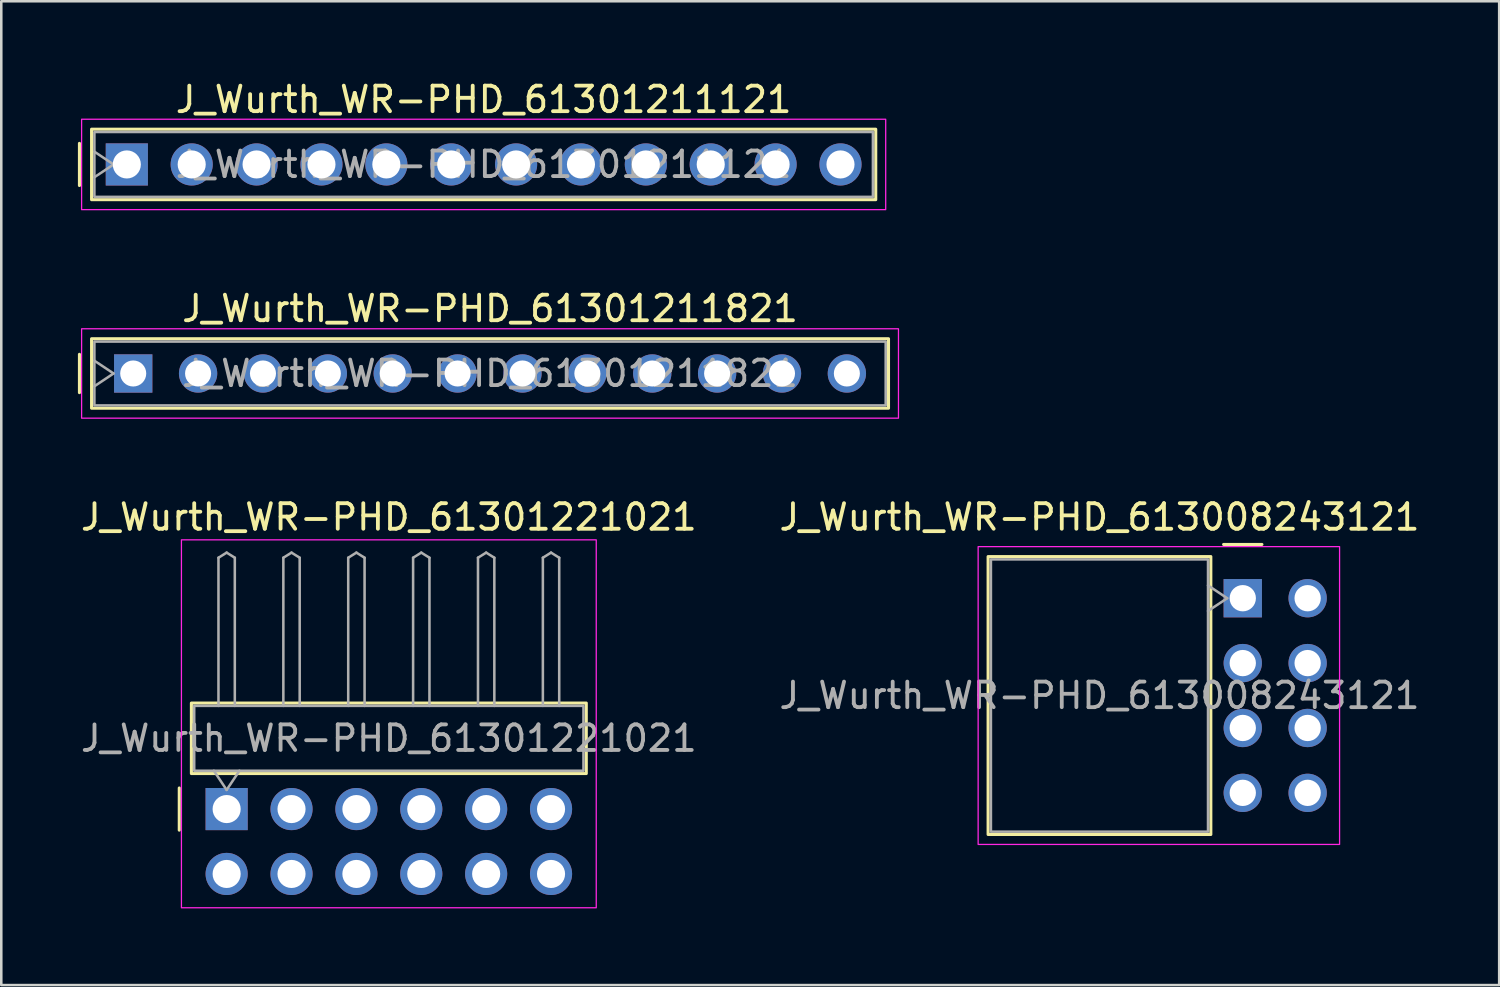
<source format=kicad_pcb>
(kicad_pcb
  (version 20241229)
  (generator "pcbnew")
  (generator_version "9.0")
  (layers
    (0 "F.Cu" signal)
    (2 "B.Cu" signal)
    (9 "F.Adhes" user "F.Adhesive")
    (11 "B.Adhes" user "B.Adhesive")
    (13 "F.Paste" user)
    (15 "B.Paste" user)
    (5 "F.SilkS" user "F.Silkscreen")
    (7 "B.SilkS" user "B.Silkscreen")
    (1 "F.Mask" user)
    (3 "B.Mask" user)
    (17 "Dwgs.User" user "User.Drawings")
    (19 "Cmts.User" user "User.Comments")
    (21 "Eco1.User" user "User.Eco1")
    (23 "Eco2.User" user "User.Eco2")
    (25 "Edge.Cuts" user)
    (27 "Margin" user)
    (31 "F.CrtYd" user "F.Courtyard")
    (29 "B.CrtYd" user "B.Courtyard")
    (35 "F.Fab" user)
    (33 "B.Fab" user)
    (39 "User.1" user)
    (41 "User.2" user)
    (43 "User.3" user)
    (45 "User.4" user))
  (footprint "J_Wurth_WR-PHD_61301211121"
    (layer "F.Cu")
    (at 1.915 3.388)
    (property "Reference" "J_Wurth_WR-PHD_61301211121" (at 13.97 -2.54 0) (unlocked yes) (layer "F.SilkS") (effects (font (size 1 1) (thickness 0.15))))
    (attr through_hole)
    (fp_line (start -1.855 -0.825) (end -1.855 0.825) (stroke (width 0.12) (type solid)) (layer "F.SilkS"))
    (fp_rect (start -1.38 -1.38) (end 29.32 1.38) (stroke (width 0.12) (type solid)) (fill no) (layer "F.SilkS"))
    (fp_rect (start -1.77 -1.77) (end 29.71 1.77) (stroke (width 0.05) (type solid)) (fill no) (layer "F.CrtYd"))
    (fp_line (start -1.27 -0.5) (end -0.52 0) (stroke (width 0.1) (type solid)) (layer "F.Fab"))
    (fp_line (start -0.52 0) (end -1.27 0.5) (stroke (width 0.1) (type solid)) (layer "F.Fab"))
    (fp_rect (start -1.27 -1.27) (end 29.21 1.27) (stroke (width 0.1) (type solid)) (fill no) (layer "F.Fab"))
    (fp_text user "${REFERENCE}" (at 13.97 0 0) (unlocked yes) (layer "F.Fab") (effects (font (size 1 1) (thickness 0.15))))
    (pad "1" thru_hole rect (at 0 0) (size 1.65 1.65) (drill 1.1) (layers "*.Cu" "*.Mask"))
    (pad "2" thru_hole circle (at 2.54 0) (size 1.65 1.65) (drill 1.1) (layers "*.Cu" "*.Mask"))
    (pad "3" thru_hole circle (at 5.08 0) (size 1.65 1.65) (drill 1.1) (layers "*.Cu" "*.Mask"))
    (pad "4" thru_hole circle (at 7.62 0) (size 1.65 1.65) (drill 1.1) (layers "*.Cu" "*.Mask"))
    (pad "5" thru_hole circle (at 10.16 0) (size 1.65 1.65) (drill 1.1) (layers "*.Cu" "*.Mask"))
    (pad "6" thru_hole circle (at 12.7 0) (size 1.65 1.65) (drill 1.1) (layers "*.Cu" "*.Mask"))
    (pad "7" thru_hole circle (at 15.24 0) (size 1.65 1.65) (drill 1.1) (layers "*.Cu" "*.Mask"))
    (pad "8" thru_hole circle (at 17.78 0) (size 1.65 1.65) (drill 1.1) (layers "*.Cu" "*.Mask"))
    (pad "9" thru_hole circle (at 20.32 0) (size 1.65 1.65) (drill 1.1) (layers "*.Cu" "*.Mask"))
    (pad "10" thru_hole circle (at 22.86 0) (size 1.65 1.65) (drill 1.1) (layers "*.Cu" "*.Mask"))
    (pad "11" thru_hole circle (at 25.4 0) (size 1.65 1.65) (drill 1.1) (layers "*.Cu" "*.Mask"))
    (pad "12" thru_hole circle (at 27.94 0) (size 1.65 1.65) (drill 1.1) (layers "*.Cu" "*.Mask")))
  (footprint "J_Wurth_WR-PHD_61301211821"
    (layer "F.Cu")
    (at 2.165 11.572)
    (property "Reference" "J_Wurth_WR-PHD_61301211821" (at 13.97 -2.54 0) (unlocked yes) (layer "F.SilkS") (effects (font (size 1 1) (thickness 0.15))))
    (attr through_hole)
    (fp_line (start -2.105 -0.75) (end -2.105 0.75) (stroke (width 0.12) (type solid)) (layer "F.SilkS"))
    (fp_rect (start -1.63 -1.36) (end 29.57 1.36) (stroke (width 0.12) (type solid)) (fill no) (layer "F.SilkS"))
    (fp_rect (start -2.02 -1.75) (end 29.96 1.75) (stroke (width 0.05) (type solid)) (fill no) (layer "F.CrtYd"))
    (fp_line (start -1.52 -0.5) (end -0.77 0) (stroke (width 0.1) (type solid)) (layer "F.Fab"))
    (fp_line (start -0.77 0) (end -1.52 0.5) (stroke (width 0.1) (type solid)) (layer "F.Fab"))
    (fp_rect (start -1.52 -1.25) (end 29.46 1.25) (stroke (width 0.1) (type solid)) (fill no) (layer "F.Fab"))
    (fp_text user "${REFERENCE}" (at 13.97 0 0) (unlocked yes) (layer "F.Fab") (effects (font (size 1 1) (thickness 0.15))))
    (pad "1" thru_hole rect (at 0 0) (size 1.5 1.5) (drill 1.02) (layers "*.Cu" "*.Mask"))
    (pad "2" thru_hole circle (at 2.54 0) (size 1.5 1.5) (drill 1.02) (layers "*.Cu" "*.Mask"))
    (pad "3" thru_hole circle (at 5.08 0) (size 1.5 1.5) (drill 1.02) (layers "*.Cu" "*.Mask"))
    (pad "4" thru_hole circle (at 7.62 0) (size 1.5 1.5) (drill 1.02) (layers "*.Cu" "*.Mask"))
    (pad "5" thru_hole circle (at 10.16 0) (size 1.5 1.5) (drill 1.02) (layers "*.Cu" "*.Mask"))
    (pad "6" thru_hole circle (at 12.7 0) (size 1.5 1.5) (drill 1.02) (layers "*.Cu" "*.Mask"))
    (pad "7" thru_hole circle (at 15.24 0) (size 1.5 1.5) (drill 1.02) (layers "*.Cu" "*.Mask"))
    (pad "8" thru_hole circle (at 17.78 0) (size 1.5 1.5) (drill 1.02) (layers "*.Cu" "*.Mask"))
    (pad "9" thru_hole circle (at 20.32 0) (size 1.5 1.5) (drill 1.02) (layers "*.Cu" "*.Mask"))
    (pad "10" thru_hole circle (at 22.86 0) (size 1.5 1.5) (drill 1.02) (layers "*.Cu" "*.Mask"))
    (pad "11" thru_hole circle (at 25.4 0) (size 1.5 1.5) (drill 1.02) (layers "*.Cu" "*.Mask"))
    (pad "12" thru_hole circle (at 27.94 0) (size 1.5 1.5) (drill 1.02) (layers "*.Cu" "*.Mask")))
  (footprint "J_Wurth_WR-PHD_61301221021"
    (layer "F.Cu")
    (at 5.823 28.625)
    (property "Reference" "J_Wurth_WR-PHD_61301221021" (at 6.35 -11.43 0) (unlocked yes) (layer "F.SilkS") (effects (font (size 1 1) (thickness 0.15))))
    (attr through_hole)
    (fp_line (start -1.855 -0.825) (end -1.855 0.825) (stroke (width 0.12) (type solid)) (layer "F.SilkS"))
    (fp_rect (start -1.38 -4.15) (end 14.08 -1.39) (stroke (width 0.12) (type solid)) (fill no) (layer "F.SilkS"))
    (fp_rect (start -1.77 -10.54) (end 14.47 3.865) (stroke (width 0.05) (type solid)) (fill no) (layer "F.CrtYd"))
    (fp_line (start -0.32 -9.84) (end -0.32 -4.04) (stroke (width 0.1) (type solid)) (layer "F.Fab"))
    (fp_line (start 0 -10.04) (end -0.32 -9.84) (stroke (width 0.1) (type solid)) (layer "F.Fab"))
    (fp_line (start 0 -0.75) (end -0.5 -1.5) (stroke (width 0.1) (type solid)) (layer "F.Fab"))
    (fp_line (start 0 -0.75) (end 0.5 -1.5) (stroke (width 0.1) (type solid)) (layer "F.Fab"))
    (fp_line (start 0.32 -9.84) (end 0 -10.04) (stroke (width 0.1) (type default)) (layer "F.Fab"))
    (fp_line (start 0.32 -4.04) (end 0.32 -9.84) (stroke (width 0.1) (type solid)) (layer "F.Fab"))
    (fp_line (start 2.22 -9.84) (end 2.22 -4.04) (stroke (width 0.1) (type solid)) (layer "F.Fab"))
    (fp_line (start 2.54 -10.04) (end 2.22 -9.84) (stroke (width 0.1) (type solid)) (layer "F.Fab"))
    (fp_line (start 2.86 -9.84) (end 2.54 -10.04) (stroke (width 0.1) (type default)) (layer "F.Fab"))
    (fp_line (start 2.86 -4.04) (end 2.86 -9.84) (stroke (width 0.1) (type solid)) (layer "F.Fab"))
    (fp_line (start 4.76 -9.84) (end 4.76 -4.04) (stroke (width 0.1) (type solid)) (layer "F.Fab"))
    (fp_line (start 5.08 -10.04) (end 4.76 -9.84) (stroke (width 0.1) (type solid)) (layer "F.Fab"))
    (fp_line (start 5.4 -9.84) (end 5.08 -10.04) (stroke (width 0.1) (type default)) (layer "F.Fab"))
    (fp_line (start 5.4 -4.04) (end 5.4 -9.84) (stroke (width 0.1) (type solid)) (layer "F.Fab"))
    (fp_line (start 7.3 -9.84) (end 7.3 -4.04) (stroke (width 0.1) (type solid)) (layer "F.Fab"))
    (fp_line (start 7.62 -10.04) (end 7.3 -9.84) (stroke (width 0.1) (type solid)) (layer "F.Fab"))
    (fp_line (start 7.94 -9.84) (end 7.62 -10.04) (stroke (width 0.1) (type default)) (layer "F.Fab"))
    (fp_line (start 7.94 -4.04) (end 7.94 -9.84) (stroke (width 0.1) (type solid)) (layer "F.Fab"))
    (fp_line (start 9.84 -9.84) (end 9.84 -4.04) (stroke (width 0.1) (type solid)) (layer "F.Fab"))
    (fp_line (start 10.16 -10.04) (end 9.84 -9.84) (stroke (width 0.1) (type solid)) (layer "F.Fab"))
    (fp_line (start 10.48 -9.84) (end 10.16 -10.04) (stroke (width 0.1) (type solid)) (layer "F.Fab"))
    (fp_line (start 10.48 -4.04) (end 10.48 -9.84) (stroke (width 0.1) (type solid)) (layer "F.Fab"))
    (fp_line (start 12.38 -9.84) (end 12.38 -4.04) (stroke (width 0.1) (type solid)) (layer "F.Fab"))
    (fp_line (start 12.7 -10.04) (end 12.38 -9.84) (stroke (width 0.1) (type solid)) (layer "F.Fab"))
    (fp_line (start 13.02 -9.84) (end 12.7 -10.04) (stroke (width 0.1) (type solid)) (layer "F.Fab"))
    (fp_line (start 13.02 -4.04) (end 13.02 -9.84) (stroke (width 0.1) (type solid)) (layer "F.Fab"))
    (fp_rect (start -1.27 -4.04) (end 13.97 -1.5) (stroke (width 0.1) (type solid)) (fill no) (layer "F.Fab"))
    (fp_text user "${REFERENCE}" (at 6.35 -2.77 0) (unlocked yes) (layer "F.Fab") (effects (font (size 1 1) (thickness 0.15))))
    (pad "1" thru_hole rect (at 0 0 180) (size 1.65 1.65) (drill 1.1) (layers "*.Cu" "*.Mask"))
    (pad "2" thru_hole circle (at 0 2.54 180) (size 1.65 1.65) (drill 1.1) (layers "*.Cu" "*.Mask"))
    (pad "3" thru_hole circle (at 2.54 0 180) (size 1.65 1.65) (drill 1.1) (layers "*.Cu" "*.Mask"))
    (pad "4" thru_hole circle (at 2.54 2.54 180) (size 1.65 1.65) (drill 1.1) (layers "*.Cu" "*.Mask"))
    (pad "5" thru_hole circle (at 5.08 0 180) (size 1.65 1.65) (drill 1.1) (layers "*.Cu" "*.Mask"))
    (pad "6" thru_hole circle (at 5.08 2.54 180) (size 1.65 1.65) (drill 1.1) (layers "*.Cu" "*.Mask"))
    (pad "7" thru_hole circle (at 7.62 0 180) (size 1.65 1.65) (drill 1.1) (layers "*.Cu" "*.Mask"))
    (pad "8" thru_hole circle (at 7.62 2.54 180) (size 1.65 1.65) (drill 1.1) (layers "*.Cu" "*.Mask"))
    (pad "9" thru_hole circle (at 10.16 0 180) (size 1.65 1.65) (drill 1.1) (layers "*.Cu" "*.Mask"))
    (pad "10" thru_hole circle (at 10.16 2.54 180) (size 1.65 1.65) (drill 1.1) (layers "*.Cu" "*.Mask"))
    (pad "11" thru_hole circle (at 12.7 0 180) (size 1.65 1.65) (drill 1.1) (layers "*.Cu" "*.Mask"))
    (pad "12" thru_hole circle (at 12.7 2.54 180) (size 1.65 1.65) (drill 1.1) (layers "*.Cu" "*.Mask")))
  (footprint "J_Wurth_WR-PHD_613008243121"
    (layer "F.Cu")
    (at 45.604 20.37)
    (property "Reference" "J_Wurth_WR-PHD_613008243121" (at -5.61 -3.175 0) (unlocked yes) (layer "F.SilkS") (effects (font (size 1 1) (thickness 0.15))))
    (attr through_hole)
    (fp_line (start -0.75 -2.105) (end 0.75 -2.105) (stroke (width 0.12) (type solid)) (layer "F.SilkS"))
    (fp_rect (start -9.97 -1.63) (end -1.25 9.25) (stroke (width 0.12) (type solid)) (fill no) (layer "F.SilkS"))
    (fp_rect (start -10.36 -2.02) (end 3.79 9.64) (stroke (width 0.05) (type solid)) (fill no) (layer "F.CrtYd"))
    (fp_line (start -0.61 0) (end -1.36 -0.5) (stroke (width 0.1) (type solid)) (layer "F.Fab"))
    (fp_line (start -0.61 0) (end -1.36 0.5) (stroke (width 0.1) (type solid)) (layer "F.Fab"))
    (fp_rect (start -9.86 -1.52) (end -1.36 9.14) (stroke (width 0.1) (type solid)) (fill no) (layer "F.Fab"))
    (fp_text user "${REFERENCE}" (at -5.61 3.81 0) (unlocked yes) (layer "F.Fab") (effects (font (size 1 1) (thickness 0.15))))
    (pad "1" thru_hole rect (at 0 0 270) (size 1.5 1.5) (drill 1.03) (layers "*.Cu" "*.Mask"))
    (pad "2" thru_hole circle (at 2.54 0 270) (size 1.5 1.5) (drill 1.03) (layers "*.Cu" "*.Mask"))
    (pad "3" thru_hole circle (at 0 2.54 270) (size 1.5 1.5) (drill 1.03) (layers "*.Cu" "*.Mask"))
    (pad "4" thru_hole circle (at 2.54 2.54 270) (size 1.5 1.5) (drill 1.03) (layers "*.Cu" "*.Mask"))
    (pad "5" thru_hole circle (at 0 5.08 270) (size 1.5 1.5) (drill 1.03) (layers "*.Cu" "*.Mask"))
    (pad "6" thru_hole circle (at 2.54 5.08 270) (size 1.5 1.5) (drill 1.03) (layers "*.Cu" "*.Mask"))
    (pad "7" thru_hole circle (at 0 7.62 270) (size 1.5 1.5) (drill 1.03) (layers "*.Cu" "*.Mask"))
    (pad "8" thru_hole circle (at 2.54 7.62 270) (size 1.5 1.5) (drill 1.03) (layers "*.Cu" "*.Mask")))
  (gr_rect
    (start -3 -3)
    (end 55.643 35.515)
    (stroke (width 0.1) (type default))
    (fill no)
    (layer "Edge.Cuts")))
</source>
